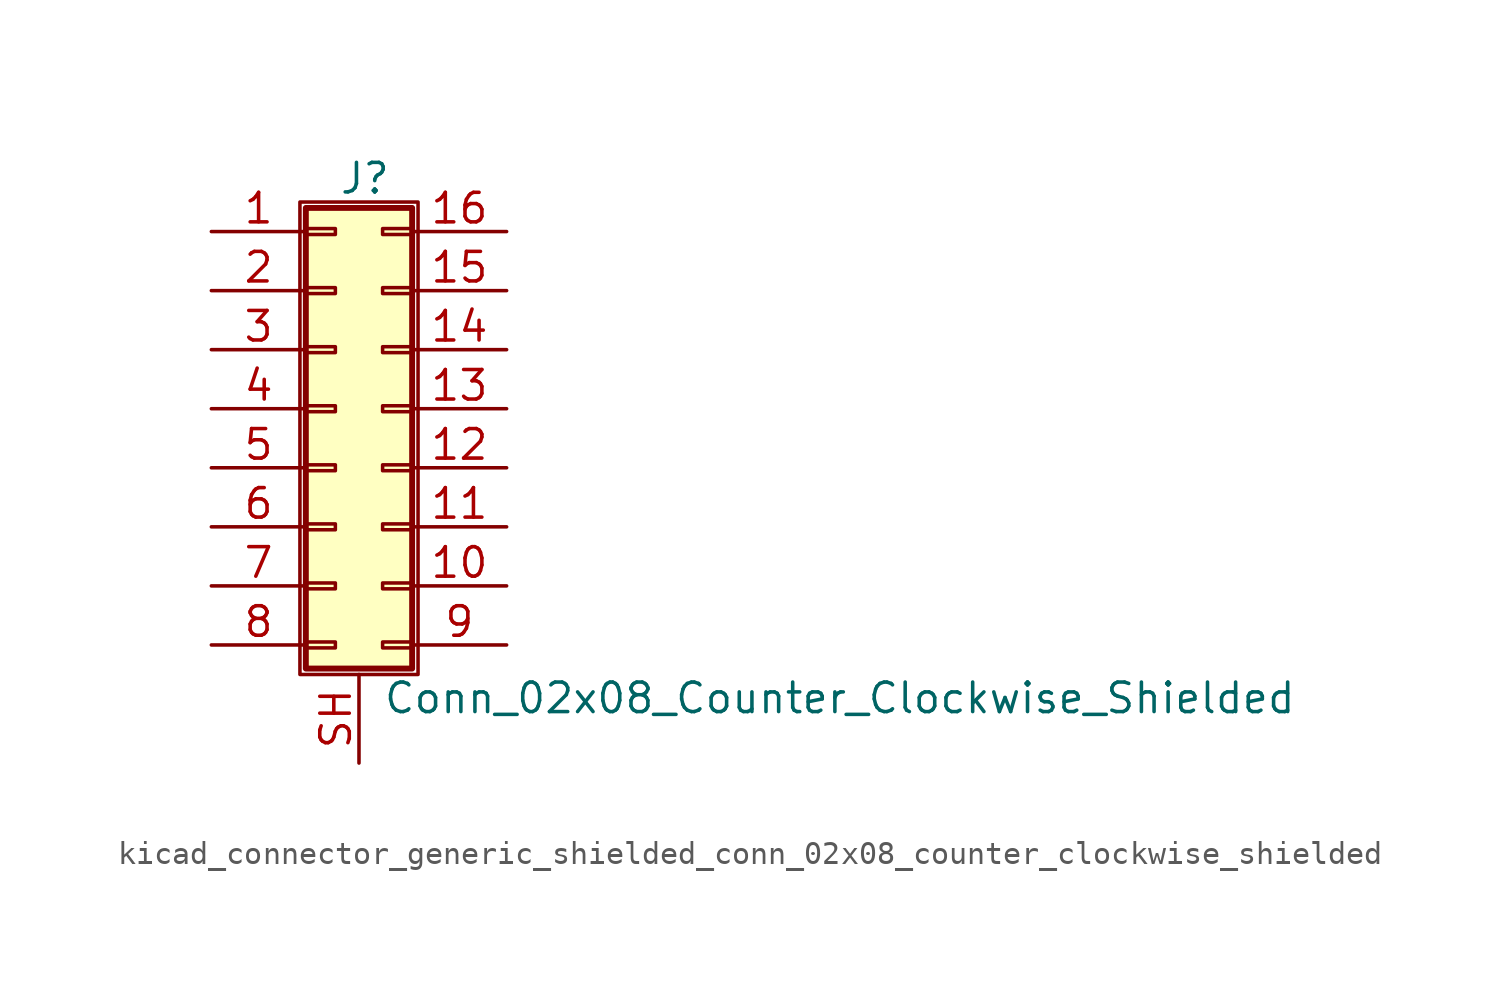
<source format=kicad_sym>
(kicad_symbol_lib
  (version 20220914)
  (generator kicad_symbol_editor)
  (symbol "kicad_connector_generic_shielded_conn_02x08_counter_clockwise_shielded"
    (pin_names
      (offset 1.016) hide)
    (property "Reference" "J"
      (at 1.524 9.906 0)
      (effects (font (size 1.27 1.27))))
    (property "Value" "Conn_02x08_Counter_Clockwise_Shielded"
      (at 2.286 -12.446 0)
      (effects (font (size 1.27 1.27)) (justify left)))
    (symbol "kicad_connector_generic_shielded_conn_02x08_counter_clockwise_shielded_1_1"
      (rectangle (start -1.27 8.89) (end 3.81 -11.43) (stroke (width 0.152) (type default)) (fill (type none)))
      (rectangle (start -1.016 -10.033) (end 0.254 -10.287) (stroke (width 0.152) (type default)) (fill (type none)))
      (rectangle (start -1.016 -7.493) (end 0.254 -7.747) (stroke (width 0.152) (type default)) (fill (type none)))
      (rectangle (start -1.016 -4.953) (end 0.254 -5.207) (stroke (width 0.152) (type default)) (fill (type none)))
      (rectangle (start -1.016 -2.413) (end 0.254 -2.667) (stroke (width 0.152) (type default)) (fill (type none)))
      (rectangle (start -1.016 0.127) (end 0.254 -0.127) (stroke (width 0.152) (type default)) (fill (type none)))
      (rectangle (start -1.016 2.667) (end 0.254 2.413) (stroke (width 0.152) (type default)) (fill (type none)))
      (rectangle (start -1.016 5.207) (end 0.254 4.953) (stroke (width 0.152) (type default)) (fill (type none)))
      (rectangle (start -1.016 7.747) (end 0.254 7.493) (stroke (width 0.152) (type default)) (fill (type none)))
      (rectangle (start -1.016 8.636) (end 3.556 -11.176) (stroke (width 0.254) (type default)) (fill (type background)))
      (rectangle (start 3.556 -10.033) (end 2.286 -10.287) (stroke (width 0.152) (type default)) (fill (type none)))
      (rectangle (start 3.556 -7.493) (end 2.286 -7.747) (stroke (width 0.152) (type default)) (fill (type none)))
      (rectangle (start 3.556 -4.953) (end 2.286 -5.207) (stroke (width 0.152) (type default)) (fill (type none)))
      (rectangle (start 3.556 -2.413) (end 2.286 -2.667) (stroke (width 0.152) (type default)) (fill (type none)))
      (rectangle (start 3.556 0.127) (end 2.286 -0.127) (stroke (width 0.152) (type default)) (fill (type none)))
      (rectangle (start 3.556 2.667) (end 2.286 2.413) (stroke (width 0.152) (type default)) (fill (type none)))
      (rectangle (start 3.556 5.207) (end 2.286 4.953) (stroke (width 0.152) (type default)) (fill (type none)))
      (rectangle (start 3.556 7.747) (end 2.286 7.493) (stroke (width 0.152) (type default)) (fill (type none)))
      (pin passive line (at -5.08 7.62 0) (length 4.064) (name "Pin_1" (effects (font (size 1.27 1.27)))) (number "1" (effects (font (size 1.27 1.27)))))
      (pin passive line (at 7.62 -7.62 180) (length 4.064) (name "Pin_10" (effects (font (size 1.27 1.27)))) (number "10" (effects (font (size 1.27 1.27)))))
      (pin passive line (at 7.62 -5.08 180) (length 4.064) (name "Pin_11" (effects (font (size 1.27 1.27)))) (number "11" (effects (font (size 1.27 1.27)))))
      (pin passive line (at 7.62 -2.54 180) (length 4.064) (name "Pin_12" (effects (font (size 1.27 1.27)))) (number "12" (effects (font (size 1.27 1.27)))))
      (pin passive line (at 7.62 0 180) (length 4.064) (name "Pin_13" (effects (font (size 1.27 1.27)))) (number "13" (effects (font (size 1.27 1.27)))))
      (pin passive line (at 7.62 2.54 180) (length 4.064) (name "Pin_14" (effects (font (size 1.27 1.27)))) (number "14" (effects (font (size 1.27 1.27)))))
      (pin passive line (at 7.62 5.08 180) (length 4.064) (name "Pin_15" (effects (font (size 1.27 1.27)))) (number "15" (effects (font (size 1.27 1.27)))))
      (pin passive line (at 7.62 7.62 180) (length 4.064) (name "Pin_16" (effects (font (size 1.27 1.27)))) (number "16" (effects (font (size 1.27 1.27)))))
      (pin passive line (at -5.08 5.08 0) (length 4.064) (name "Pin_2" (effects (font (size 1.27 1.27)))) (number "2" (effects (font (size 1.27 1.27)))))
      (pin passive line (at -5.08 2.54 0) (length 4.064) (name "Pin_3" (effects (font (size 1.27 1.27)))) (number "3" (effects (font (size 1.27 1.27)))))
      (pin passive line (at -5.08 0 0) (length 4.064) (name "Pin_4" (effects (font (size 1.27 1.27)))) (number "4" (effects (font (size 1.27 1.27)))))
      (pin passive line (at -5.08 -2.54 0) (length 4.064) (name "Pin_5" (effects (font (size 1.27 1.27)))) (number "5" (effects (font (size 1.27 1.27)))))
      (pin passive line (at -5.08 -5.08 0) (length 4.064) (name "Pin_6" (effects (font (size 1.27 1.27)))) (number "6" (effects (font (size 1.27 1.27)))))
      (pin passive line (at -5.08 -7.62 0) (length 4.064) (name "Pin_7" (effects (font (size 1.27 1.27)))) (number "7" (effects (font (size 1.27 1.27)))))
      (pin passive line (at -5.08 -10.16 0) (length 4.064) (name "Pin_8" (effects (font (size 1.27 1.27)))) (number "8" (effects (font (size 1.27 1.27)))))
      (pin passive line (at 7.62 -10.16 180) (length 4.064) (name "Pin_9" (effects (font (size 1.27 1.27)))) (number "9" (effects (font (size 1.27 1.27)))))
      (pin passive line (at 1.27 -15.24 90) (length 3.81) (name "Shield" (effects (font (size 1.27 1.27)))) (number "SH" (effects (font (size 1.27 1.27))))))))
</source>
